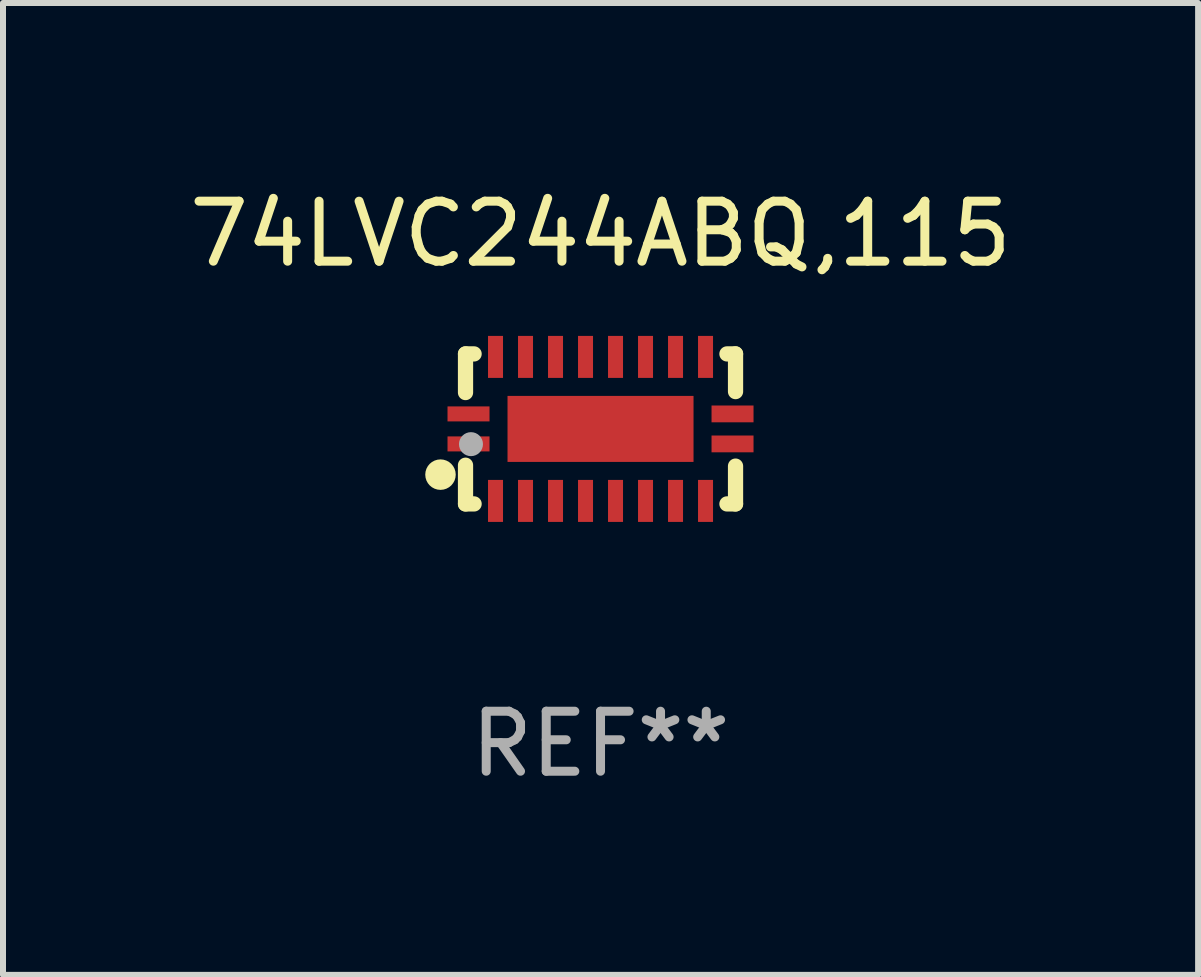
<source format=kicad_pcb>
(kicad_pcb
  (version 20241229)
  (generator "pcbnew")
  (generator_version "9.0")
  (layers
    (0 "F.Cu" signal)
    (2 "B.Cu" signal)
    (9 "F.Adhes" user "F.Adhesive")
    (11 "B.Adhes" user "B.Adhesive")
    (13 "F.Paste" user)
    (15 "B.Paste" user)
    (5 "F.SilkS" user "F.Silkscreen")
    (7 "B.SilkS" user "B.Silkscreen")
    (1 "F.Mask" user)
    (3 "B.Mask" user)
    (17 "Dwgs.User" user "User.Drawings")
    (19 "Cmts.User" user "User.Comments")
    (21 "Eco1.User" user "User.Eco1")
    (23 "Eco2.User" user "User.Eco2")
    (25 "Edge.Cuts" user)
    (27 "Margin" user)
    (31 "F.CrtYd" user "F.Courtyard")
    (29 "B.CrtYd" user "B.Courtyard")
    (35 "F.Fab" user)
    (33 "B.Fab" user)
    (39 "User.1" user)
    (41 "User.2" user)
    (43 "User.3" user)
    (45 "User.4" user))
  (footprint "74LVC244ABQ,115"
    (layer "F.Cu")
    (at 6.958 4.098)
    (property "Reference" "74LVC244ABQ,115" (at 0 -3.25 0) (layer "F.SilkS") (effects (font (size 1 1) (thickness 0.15))))
    (attr through_hole)
    (fp_line (start -2.25 0.605) (end -2.25 1.25) (stroke (width 0.254) (type solid)) (layer "F.SilkS"))
    (fp_line (start -2.25 1.25) (end -2.107 1.25) (stroke (width 0.254) (type solid)) (layer "F.SilkS"))
    (fp_line (start -2.25 -1.25) (end -2.25 -0.606) (stroke (width 0.254) (type solid)) (layer "F.SilkS"))
    (fp_line (start -2.25 -1.25) (end -2.107 -1.25) (stroke (width 0.254) (type solid)) (layer "F.SilkS"))
    (fp_line (start 2.107 -1.25) (end 2.25 -1.25) (stroke (width 0.254) (type solid)) (layer "F.SilkS"))
    (fp_line (start 2.107 1.25) (end 2.25 1.25) (stroke (width 0.254) (type solid)) (layer "F.SilkS"))
    (fp_line (start 2.25 -1.25) (end 2.25 -0.622) (stroke (width 0.254) (type solid)) (layer "F.SilkS"))
    (fp_line (start 2.25 0.62) (end 2.25 1.25) (stroke (width 0.254) (type solid)) (layer "F.SilkS"))
    (fp_circle (center -2.667 0.762) (end -2.54 0.762) (stroke (width 0.254) (type solid)) (fill no) (layer "F.SilkS"))
    (fp_circle (center -2.25 1.249) (end -2.22 1.249) (stroke (width 0.06) (type solid)) (fill no) (layer "F.SilkS"))
    (fp_circle (center -2.159 0.254) (end -2.059 0.254) (stroke (width 0.2) (type solid)) (fill no) (layer "F.Fab"))
    (fp_text user "REF**" (at 0 5.25 0) (layer "F.Fab") (effects (font (size 1 1) (thickness 0.15))))
    (pad "1" smd rect (at -2.2 0.25 180) (size 0.7 0.25) (layers "F.Cu" "F.Mask" "F.Paste"))
    (pad "2" smd rect (at -1.75 1.2 90) (size 0.7 0.25) (layers "F.Cu" "F.Mask" "F.Paste"))
    (pad "3" smd rect (at -1.25 1.2 90) (size 0.7 0.25) (layers "F.Cu" "F.Mask" "F.Paste"))
    (pad "4" smd rect (at -0.75 1.2 90) (size 0.7 0.25) (layers "F.Cu" "F.Mask" "F.Paste"))
    (pad "5" smd rect (at -0.25 1.2 90) (size 0.7 0.25) (layers "F.Cu" "F.Mask" "F.Paste"))
    (pad "6" smd rect (at 0.25 1.2 90) (size 0.7 0.25) (layers "F.Cu" "F.Mask" "F.Paste"))
    (pad "7" smd rect (at 0.75 1.2 90) (size 0.7 0.25) (layers "F.Cu" "F.Mask" "F.Paste"))
    (pad "8" smd rect (at 1.25 1.2 90) (size 0.7 0.25) (layers "F.Cu" "F.Mask" "F.Paste"))
    (pad "9" smd rect (at 1.75 1.2 90) (size 0.7 0.25) (layers "F.Cu" "F.Mask" "F.Paste"))
    (pad "10" smd rect (at 2.2 0.25 180) (size 0.7 0.28) (layers "F.Cu" "F.Mask" "F.Paste"))
    (pad "11" smd rect (at 2.2 -0.25 180) (size 0.7 0.28) (layers "F.Cu" "F.Mask" "F.Paste"))
    (pad "12" smd rect (at 1.75 -1.2 90) (size 0.7 0.25) (layers "F.Cu" "F.Mask" "F.Paste"))
    (pad "13" smd rect (at 1.25 -1.2 90) (size 0.7 0.25) (layers "F.Cu" "F.Mask" "F.Paste"))
    (pad "14" smd rect (at 0.75 -1.2 90) (size 0.7 0.25) (layers "F.Cu" "F.Mask" "F.Paste"))
    (pad "15" smd rect (at 0.25 -1.2 90) (size 0.7 0.25) (layers "F.Cu" "F.Mask" "F.Paste"))
    (pad "16" smd rect (at -0.25 -1.2 90) (size 0.7 0.25) (layers "F.Cu" "F.Mask" "F.Paste"))
    (pad "17" smd rect (at -0.75 -1.2 90) (size 0.7 0.25) (layers "F.Cu" "F.Mask" "F.Paste"))
    (pad "18" smd rect (at -1.25 -1.2 90) (size 0.7 0.25) (layers "F.Cu" "F.Mask" "F.Paste"))
    (pad "19" smd rect (at -1.75 -1.2 90) (size 0.7 0.25) (layers "F.Cu" "F.Mask" "F.Paste"))
    (pad "20" smd rect (at -2.2 -0.25 180) (size 0.7 0.25) (layers "F.Cu" "F.Mask" "F.Paste"))
    (pad "21" smd rect (at 0 -0.000013 180) (size 3.1 1.1) (layers "F.Cu" "F.Mask" "F.Paste")))
  (gr_rect
    (start -3 -3)
    (end 16.917 13.197)
    (stroke (width 0.1) (type default))
    (fill no)
    (layer "Edge.Cuts")))
</source>
